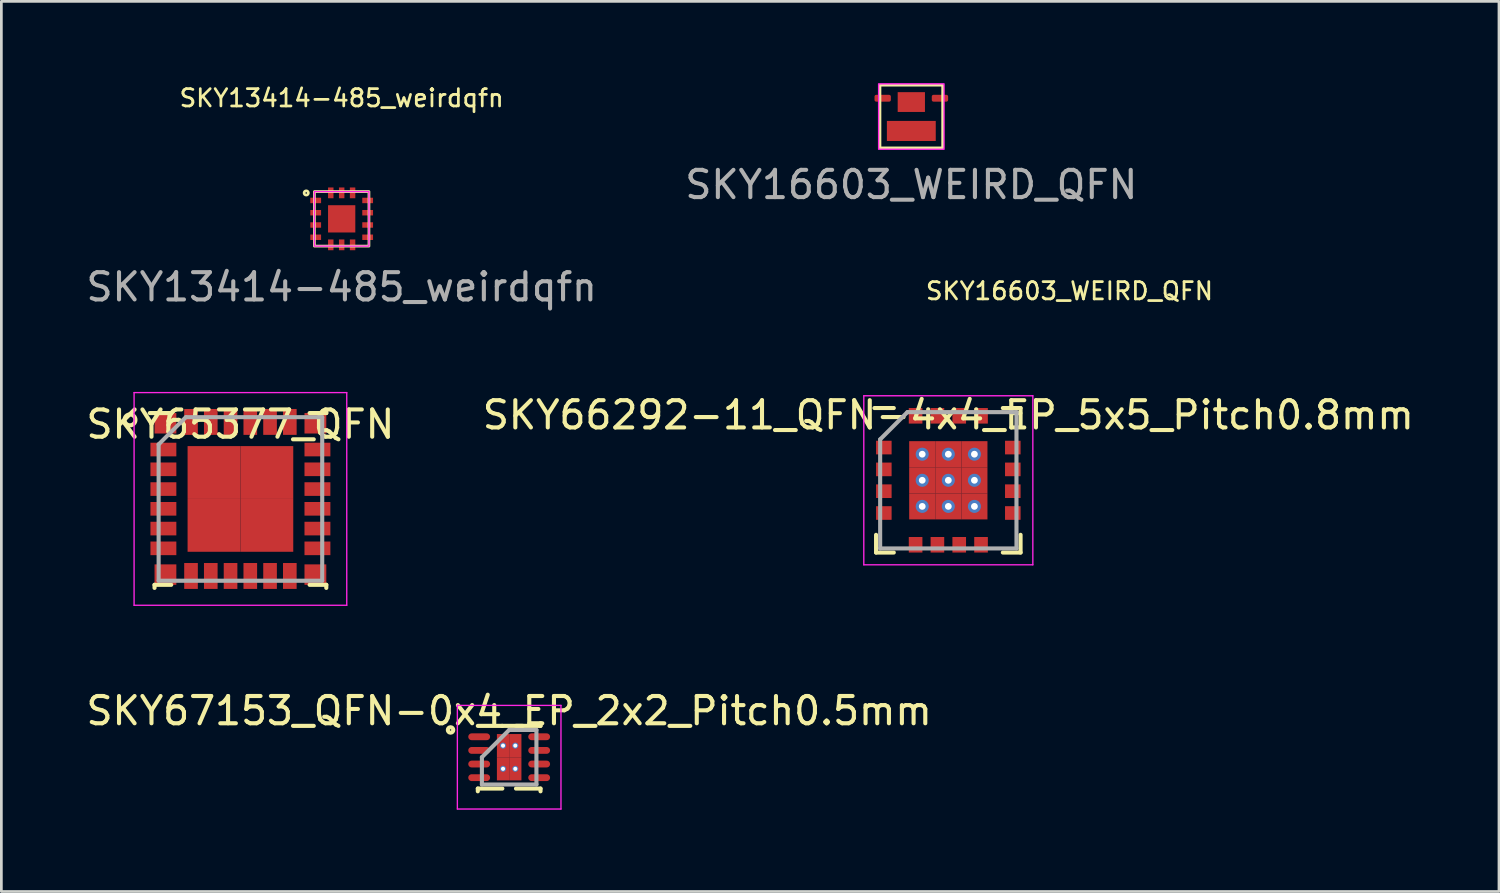
<source format=kicad_pcb>
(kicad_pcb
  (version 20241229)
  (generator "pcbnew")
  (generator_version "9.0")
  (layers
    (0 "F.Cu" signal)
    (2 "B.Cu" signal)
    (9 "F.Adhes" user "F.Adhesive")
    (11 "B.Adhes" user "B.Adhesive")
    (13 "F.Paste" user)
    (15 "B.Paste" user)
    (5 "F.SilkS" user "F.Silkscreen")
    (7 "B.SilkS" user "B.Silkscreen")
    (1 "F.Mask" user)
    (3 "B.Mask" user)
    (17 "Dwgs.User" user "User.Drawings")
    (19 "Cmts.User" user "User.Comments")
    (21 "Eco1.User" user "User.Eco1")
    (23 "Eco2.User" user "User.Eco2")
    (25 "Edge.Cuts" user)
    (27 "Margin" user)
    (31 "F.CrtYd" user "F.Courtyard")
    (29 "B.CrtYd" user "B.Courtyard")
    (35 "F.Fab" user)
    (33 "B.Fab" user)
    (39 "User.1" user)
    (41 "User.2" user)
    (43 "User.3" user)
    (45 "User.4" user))
  (footprint "SKY16603_WEIRD_QFN"
    (layer "F.Cu")
    (at 30.375 1.225)
    (property "Reference" "SKY16603_WEIRD_QFN" (at 5.8 6.4 0) (unlocked yes) (layer "F.SilkS") (effects (font (size 0.635 0.635) (thickness 0.1))))
    (attr smd)
    (fp_rect (start -1.15 -1.15) (end 1.15 1.15) (stroke (width 0.1) (type default)) (fill no) (layer "F.SilkS"))
    (fp_rect (start -1.2 -1.2) (end 1.2 1.2) (stroke (width 0.05) (type default)) (fill no) (layer "F.CrtYd"))
    (fp_text user "${REFERENCE}" (at 0 2.5 0) (unlocked yes) (layer "F.Fab") (effects (font (size 1 1) (thickness 0.15))))
    (pad "1" smd roundrect (at 1.05 -0.672) (size 0.6 0.25) (layers "F.Cu" "F.Mask" "F.Paste") (roundrect_rratio 0.25))
    (pad "2" smd roundrect (at -1.05 -0.672) (size 0.6 0.25) (layers "F.Cu" "F.Mask" "F.Paste") (roundrect_rratio 0.25))
    (pad "3" smd rect (at 0 -0.532) (size 1 0.726) (layers "F.Cu" "F.Mask" "F.Paste"))
    (pad "4" smd rect (at 0 0.528) (size 1.792 0.736) (layers "F.Cu" "F.Mask" "F.Paste")))
  (footprint "SKY65377_QFN"
    (layer "F.Cu")
    (at 5.768 15.25)
    (property "Reference" "SKY65377_QFN" (at 0 -2.737 0) (layer "F.SilkS") (effects (font (size 1 1) (thickness 0.15))))
    (attr through_hole)
    (fp_line (start -3.15 3.15) (end -3.15 3.263) (stroke (width 0.15) (type default)) (layer "F.SilkS"))
    (fp_line (start -2.538 -3.15) (end -3.325 -3.15) (stroke (width 0.15) (type default)) (layer "F.SilkS"))
    (fp_line (start -2.538 3.15) (end -3.15 3.15) (stroke (width 0.15) (type default)) (layer "F.SilkS"))
    (fp_line (start 2.538 -3.15) (end 3.15 -3.15) (stroke (width 0.15) (type default)) (layer "F.SilkS"))
    (fp_line (start 2.538 3.15) (end 3.15 3.15) (stroke (width 0.15) (type default)) (layer "F.SilkS"))
    (fp_line (start 3.15 -3.15) (end 3.15 -3.263) (stroke (width 0.15) (type default)) (layer "F.SilkS"))
    (fp_line (start 3.15 3.15) (end 3.15 3.263) (stroke (width 0.15) (type default)) (layer "F.SilkS"))
    (fp_circle (center -4.05 -2.9) (end -4.05 -2.7) (stroke (width 0.15) (type default)) (fill no) (layer "F.SilkS"))
    (fp_line (start -3.9 -3.9) (end 3.9 -3.9) (stroke (width 0.05) (type default)) (layer "F.CrtYd"))
    (fp_line (start -3.9 3.9) (end -3.9 -3.9) (stroke (width 0.05) (type default)) (layer "F.CrtYd"))
    (fp_line (start 3.9 -3.9) (end 3.9 3.9) (stroke (width 0.05) (type default)) (layer "F.CrtYd"))
    (fp_line (start 3.9 3.9) (end -3.9 3.9) (stroke (width 0.05) (type default)) (layer "F.CrtYd"))
    (fp_line (start -3 -2) (end -3 3) (stroke (width 0.15) (type default)) (layer "F.Fab"))
    (fp_line (start -3 3) (end 3 3) (stroke (width 0.15) (type default)) (layer "F.Fab"))
    (fp_line (start -2 -3) (end -3 -2) (stroke (width 0.15) (type default)) (layer "F.Fab"))
    (fp_line (start 3 -3) (end -2 -3) (stroke (width 0.15) (type default)) (layer "F.Fab"))
    (fp_line (start 3 3) (end 3 -3) (stroke (width 0.15) (type default)) (layer "F.Fab"))
    (pad "1" smd rect (at -2.75 -2.775) (size 0.8 0.75) (layers "F.Cu" "F.Mask" "F.Paste"))
    (pad "2" smd rect (at -2.825 -1.812 90) (size 0.5 0.95) (layers "F.Cu" "F.Mask" "F.Paste"))
    (pad "3" smd rect (at -2.825 -1.087 90) (size 0.5 0.95) (layers "F.Cu" "F.Mask" "F.Paste"))
    (pad "4" smd rect (at -2.825 -0.362 90) (size 0.5 0.95) (layers "F.Cu" "F.Mask" "F.Paste"))
    (pad "5" smd rect (at -2.825 0.362 90) (size 0.5 0.95) (layers "F.Cu" "F.Mask" "F.Paste"))
    (pad "6" smd rect (at -2.825 1.087 90) (size 0.5 0.95) (layers "F.Cu" "F.Mask" "F.Paste"))
    (pad "7" smd rect (at -2.825 1.812 90) (size 0.5 0.95) (layers "F.Cu" "F.Mask" "F.Paste"))
    (pad "8" smd rect (at -2.75 2.775) (size 0.8 0.75) (layers "F.Cu" "F.Mask" "F.Paste"))
    (pad "9" smd rect (at -1.812 2.825) (size 0.5 0.95) (layers "F.Cu" "F.Mask" "F.Paste"))
    (pad "10" smd rect (at -1.087 2.825) (size 0.5 0.95) (layers "F.Cu" "F.Mask" "F.Paste"))
    (pad "11" smd rect (at -0.362 2.825) (size 0.5 0.95) (layers "F.Cu" "F.Mask" "F.Paste"))
    (pad "12" smd rect (at 0.362 2.825) (size 0.5 0.95) (layers "F.Cu" "F.Mask" "F.Paste"))
    (pad "13" smd rect (at 1.087 2.825) (size 0.5 0.95) (layers "F.Cu" "F.Mask" "F.Paste"))
    (pad "14" smd rect (at 1.812 2.825) (size 0.5 0.95) (layers "F.Cu" "F.Mask" "F.Paste"))
    (pad "15" smd rect (at 2.75 2.775) (size 0.8 0.75) (layers "F.Cu" "F.Mask" "F.Paste"))
    (pad "16" smd rect (at 2.825 1.812 90) (size 0.5 0.95) (layers "F.Cu" "F.Mask" "F.Paste"))
    (pad "17" smd rect (at 2.825 1.087 90) (size 0.5 0.95) (layers "F.Cu" "F.Mask" "F.Paste"))
    (pad "18" smd rect (at 2.825 0.362 90) (size 0.5 0.95) (layers "F.Cu" "F.Mask" "F.Paste"))
    (pad "19" smd rect (at 2.825 -0.362 90) (size 0.5 0.95) (layers "F.Cu" "F.Mask" "F.Paste"))
    (pad "20" smd rect (at 2.825 -1.087 90) (size 0.5 0.95) (layers "F.Cu" "F.Mask" "F.Paste"))
    (pad "21" smd rect (at 2.825 -1.812 90) (size 0.5 0.95) (layers "F.Cu" "F.Mask" "F.Paste"))
    (pad "22" smd rect (at 2.75 -2.775) (size 0.8 0.75) (layers "F.Cu" "F.Mask" "F.Paste"))
    (pad "23" smd rect (at 1.812 -2.825) (size 0.5 0.95) (layers "F.Cu" "F.Mask" "F.Paste"))
    (pad "24" smd rect (at 1.087 -2.825) (size 0.5 0.95) (layers "F.Cu" "F.Mask" "F.Paste"))
    (pad "25" smd rect (at 0.362 -2.825) (size 0.5 0.95) (layers "F.Cu" "F.Mask" "F.Paste"))
    (pad "26" smd rect (at -0.362 -2.825) (size 0.5 0.95) (layers "F.Cu" "F.Mask" "F.Paste"))
    (pad "27" smd rect (at -1.087 -2.825) (size 0.5 0.95) (layers "F.Cu" "F.Mask" "F.Paste"))
    (pad "28" smd rect (at -1.812 -2.825) (size 0.5 0.95) (layers "F.Cu" "F.Mask" "F.Paste"))
    (pad "29" smd rect (at -0.969 -0.969) (size 1.938 1.938) (layers "F.Cu" "F.Mask" "F.Paste"))
    (pad "29" smd rect (at -0.969 0.969) (size 1.938 1.938) (layers "F.Cu" "F.Mask" "F.Paste"))
    (pad "29" smd rect (at 0.969 -0.969) (size 1.938 1.938) (layers "F.Cu" "F.Mask" "F.Paste"))
    (pad "29" smd rect (at 0.969 0.969) (size 1.938 1.938) (layers "F.Cu" "F.Mask" "F.Paste")))
  (footprint "SKY67153_QFN-0x4_EP_2x2_Pitch0.5mm"
    (layer "F.Cu")
    (at 15.625 24.723)
    (property "Reference" "SKY67153_QFN-0x4_EP_2x2_Pitch0.5mm" (at 0 -1.7 0) (layer "F.SilkS") (effects (font (size 1 1) (thickness 0.15))))
    (attr smd)
    (fp_line (start -1.15 1.15) (end -1.15 1.25) (stroke (width 0.15) (type solid)) (layer "F.SilkS"))
    (fp_line (start -0.25 -1.15) (end -1.15 -1.15) (stroke (width 0.15) (type solid)) (layer "F.SilkS"))
    (fp_line (start -0.25 1.15) (end -1.15 1.15) (stroke (width 0.15) (type solid)) (layer "F.SilkS"))
    (fp_line (start 0.25 -1.15) (end 1.15 -1.15) (stroke (width 0.15) (type solid)) (layer "F.SilkS"))
    (fp_line (start 0.25 1.15) (end 1.15 1.15) (stroke (width 0.15) (type solid)) (layer "F.SilkS"))
    (fp_line (start 1.15 -1.15) (end 1.15 -1.25) (stroke (width 0.15) (type solid)) (layer "F.SilkS"))
    (fp_line (start 1.15 1.15) (end 1.15 1.25) (stroke (width 0.15) (type solid)) (layer "F.SilkS"))
    (fp_circle (center -2.15 -1) (end -2.15 -0.9) (stroke (width 0.15) (type solid)) (fill no) (layer "F.SilkS"))
    (fp_line (start -1.9 -1.9) (end 1.9 -1.9) (stroke (width 0.05) (type solid)) (layer "F.CrtYd"))
    (fp_line (start -1.9 1.9) (end -1.9 -1.9) (stroke (width 0.05) (type solid)) (layer "F.CrtYd"))
    (fp_line (start 1.9 -1.9) (end 1.9 1.9) (stroke (width 0.05) (type solid)) (layer "F.CrtYd"))
    (fp_line (start 1.9 1.9) (end -1.9 1.9) (stroke (width 0.05) (type solid)) (layer "F.CrtYd"))
    (fp_line (start -1 0) (end -1 1) (stroke (width 0.15) (type solid)) (layer "F.Fab"))
    (fp_line (start -1 1) (end 1 1) (stroke (width 0.15) (type solid)) (layer "F.Fab"))
    (fp_line (start 0 -1) (end -1 0) (stroke (width 0.15) (type solid)) (layer "F.Fab"))
    (fp_line (start 1 -1) (end 0 -1) (stroke (width 0.15) (type solid)) (layer "F.Fab"))
    (fp_line (start 1 1) (end 1 -1) (stroke (width 0.15) (type solid)) (layer "F.Fab"))
    (pad "1" smd oval (at -1.1 -0.75 90) (size 0.25 0.8) (layers "F.Cu" "F.Mask" "F.Paste"))
    (pad "2" smd oval (at -1.1 -0.25 90) (size 0.25 0.8) (layers "F.Cu" "F.Mask" "F.Paste"))
    (pad "3" smd oval (at -1.1 0.25 90) (size 0.25 0.8) (layers "F.Cu" "F.Mask" "F.Paste"))
    (pad "4" smd oval (at -1.1 0.75 90) (size 0.25 0.8) (layers "F.Cu" "F.Mask" "F.Paste"))
    (pad "5" smd oval (at 1.1 0.75 90) (size 0.25 0.8) (layers "F.Cu" "F.Mask" "F.Paste"))
    (pad "6" smd oval (at 1.1 0.25 90) (size 0.25 0.8) (layers "F.Cu" "F.Mask" "F.Paste"))
    (pad "7" smd oval (at 1.1 -0.25 90) (size 0.25 0.8) (layers "F.Cu" "F.Mask" "F.Paste"))
    (pad "8" smd oval (at 1.1 -0.75 90) (size 0.25 0.8) (layers "F.Cu" "F.Mask" "F.Paste"))
    (pad "9" thru_hole circle (at -0.225 -0.425) (size 0.225 0.225) (drill 0.15) (layers "*.Cu" "*.Mask"))
    (pad "9" smd rect (at -0.225 -0.425) (size 0.45 0.85) (layers "F.Cu" "F.Mask" "F.Paste"))
    (pad "9" thru_hole circle (at -0.225 0.425) (size 0.225 0.225) (drill 0.15) (layers "*.Cu" "*.Mask"))
    (pad "9" smd rect (at -0.225 0.425) (size 0.45 0.85) (layers "F.Cu" "F.Mask" "F.Paste"))
    (pad "9" thru_hole circle (at 0.225 -0.425) (size 0.225 0.225) (drill 0.15) (layers "*.Cu" "*.Mask"))
    (pad "9" smd rect (at 0.225 -0.425) (size 0.45 0.85) (layers "F.Cu" "F.Mask" "F.Paste"))
    (pad "9" thru_hole circle (at 0.225 0.425) (size 0.225 0.225) (drill 0.15) (layers "*.Cu" "*.Mask"))
    (pad "9" smd rect (at 0.225 0.425) (size 0.45 0.85) (layers "F.Cu" "F.Mask" "F.Paste")))
  (footprint "SKY13414-485_weirdqfn"
    (layer "F.Cu")
    (at 9.482 4.977)
    (property "Reference" "SKY13414-485_weirdqfn" (at 0 -4.43 0) (unlocked yes) (layer "F.SilkS") (effects (font (size 0.635 0.635) (thickness 0.1))))
    (attr smd)
    (fp_rect (start -1 -1) (end 1 1) (stroke (width 0.1) (type solid)) (fill no) (layer "F.SilkS"))
    (fp_circle (center -1.3 -0.95) (end -1.28 -0.93) (stroke (width 0.1) (type default)) (fill no) (layer "F.SilkS"))
    (fp_rect (start -1 -1) (end 1 1) (stroke (width 0.05) (type solid)) (fill no) (layer "F.CrtYd"))
    (fp_text user "${REFERENCE}" (at 0 2.5 0) (unlocked yes) (layer "F.Fab") (effects (font (size 1 1) (thickness 0.15))))
    (pad "1" smd rect (at -0.953 -0.675) (size 0.395 0.2) (layers "F.Cu" "F.Mask" "F.Paste"))
    (pad "2" smd rect (at -0.953 -0.225) (size 0.395 0.2) (layers "F.Cu" "F.Mask" "F.Paste"))
    (pad "3" smd rect (at -0.953 0.225) (size 0.395 0.2) (layers "F.Cu" "F.Mask" "F.Paste"))
    (pad "4" smd rect (at -0.953 0.675) (size 0.395 0.2) (layers "F.Cu" "F.Mask" "F.Paste"))
    (pad "5" smd rect (at -0.4 0.953 90) (size 0.395 0.2) (layers "F.Cu" "F.Mask" "F.Paste"))
    (pad "6" smd rect (at 0 0.953 90) (size 0.395 0.2) (layers "F.Cu" "F.Mask" "F.Paste"))
    (pad "7" smd rect (at 0.4 0.953 90) (size 0.395 0.2) (layers "F.Cu" "F.Mask" "F.Paste"))
    (pad "8" smd rect (at 0.953 0.675 180) (size 0.395 0.2) (layers "F.Cu" "F.Mask" "F.Paste"))
    (pad "9" smd rect (at 0.953 0.225 180) (size 0.395 0.2) (layers "F.Cu" "F.Mask" "F.Paste"))
    (pad "10" smd rect (at 0.953 -0.225 180) (size 0.395 0.2) (layers "F.Cu" "F.Mask" "F.Paste"))
    (pad "11" smd rect (at 0.953 -0.675 180) (size 0.395 0.2) (layers "F.Cu" "F.Mask" "F.Paste"))
    (pad "12" smd rect (at 0.4 -0.953 270) (size 0.395 0.2) (layers "F.Cu" "F.Mask" "F.Paste"))
    (pad "13" smd rect (at 0 -0.953 270) (size 0.395 0.2) (layers "F.Cu" "F.Mask" "F.Paste"))
    (pad "14" smd rect (at -0.4 -0.953 270) (size 0.395 0.2) (layers "F.Cu" "F.Mask" "F.Paste"))
    (pad "15" smd rect (at 0 0 270) (size 1 1) (layers "F.Cu" "F.Mask" "F.Paste")))
  (footprint "SKY66292-11_QFN-4x4_EP_5x5_Pitch0.8mm"
    (layer "F.Cu")
    (at 31.732 14.566)
    (property "Reference" "SKY66292-11_QFN-4x4_EP_5x5_Pitch0.8mm" (at 0 -2.393 0) (layer "F.SilkS") (effects (font (size 1 1) (thickness 0.15))))
    (attr smd)
    (fp_line (start -2.65 2.65) (end -2.65 2) (stroke (width 0.15) (type solid)) (layer "F.SilkS"))
    (fp_line (start -2 -2.65) (end -2.71 -2.65) (stroke (width 0.15) (type solid)) (layer "F.SilkS"))
    (fp_line (start -2 2.65) (end -2.65 2.65) (stroke (width 0.15) (type solid)) (layer "F.SilkS"))
    (fp_line (start 2 -2.65) (end 2.65 -2.65) (stroke (width 0.15) (type solid)) (layer "F.SilkS"))
    (fp_line (start 2 2.65) (end 2.65 2.65) (stroke (width 0.15) (type solid)) (layer "F.SilkS"))
    (fp_line (start 2.65 -2.65) (end 2.65 -2) (stroke (width 0.15) (type solid)) (layer "F.SilkS"))
    (fp_line (start 2.65 2.65) (end 2.65 2) (stroke (width 0.15) (type solid)) (layer "F.SilkS"))
    (fp_line (start -3.1 -3.1) (end 3.1 -3.1) (stroke (width 0.05) (type solid)) (layer "F.CrtYd"))
    (fp_line (start -3.1 3.1) (end -3.1 -3.1) (stroke (width 0.05) (type solid)) (layer "F.CrtYd"))
    (fp_line (start 3.1 -3.1) (end 3.1 3.1) (stroke (width 0.05) (type solid)) (layer "F.CrtYd"))
    (fp_line (start 3.1 3.1) (end -3.1 3.1) (stroke (width 0.05) (type solid)) (layer "F.CrtYd"))
    (fp_line (start -2.5 -1.5) (end -2.5 2.5) (stroke (width 0.15) (type solid)) (layer "F.Fab"))
    (fp_line (start -2.5 2.5) (end 2.5 2.5) (stroke (width 0.15) (type solid)) (layer "F.Fab"))
    (fp_line (start -1.5 -2.5) (end -2.5 -1.5) (stroke (width 0.15) (type solid)) (layer "F.Fab"))
    (fp_line (start 2.5 -2.5) (end -1.5 -2.5) (stroke (width 0.15) (type solid)) (layer "F.Fab"))
    (fp_line (start 2.5 2.5) (end 2.5 -2.5) (stroke (width 0.15) (type solid)) (layer "F.Fab"))
    (pad "1" smd rect (at -2.365 -1.2 90) (size 0.5 0.57) (layers "F.Cu" "F.Mask" "F.Paste"))
    (pad "2" smd rect (at -2.365 -0.4 90) (size 0.5 0.57) (layers "F.Cu" "F.Mask" "F.Paste"))
    (pad "3" smd rect (at -2.365 0.4 90) (size 0.5 0.57) (layers "F.Cu" "F.Mask" "F.Paste"))
    (pad "4" smd rect (at -2.365 1.2 90) (size 0.5 0.57) (layers "F.Cu" "F.Mask" "F.Paste"))
    (pad "5" smd rect (at -1.2 2.365) (size 0.5 0.57) (layers "F.Cu" "F.Mask" "F.Paste"))
    (pad "6" smd rect (at -0.4 2.365) (size 0.5 0.57) (layers "F.Cu" "F.Mask" "F.Paste"))
    (pad "7" smd rect (at 0.4 2.365) (size 0.5 0.57) (layers "F.Cu" "F.Mask" "F.Paste"))
    (pad "8" smd rect (at 1.2 2.365) (size 0.5 0.57) (layers "F.Cu" "F.Mask" "F.Paste"))
    (pad "9" smd rect (at 2.365 1.2 90) (size 0.5 0.57) (layers "F.Cu" "F.Mask" "F.Paste"))
    (pad "10" smd rect (at 2.365 0.4 90) (size 0.5 0.57) (layers "F.Cu" "F.Mask" "F.Paste"))
    (pad "11" smd rect (at 2.365 -0.4 90) (size 0.5 0.57) (layers "F.Cu" "F.Mask" "F.Paste"))
    (pad "12" smd rect (at 2.365 -1.2 90) (size 0.5 0.57) (layers "F.Cu" "F.Mask" "F.Paste"))
    (pad "13" smd rect (at 1.2 -2.365) (size 0.5 0.57) (layers "F.Cu" "F.Mask" "F.Paste"))
    (pad "14" smd rect (at 0.4 -2.365) (size 0.5 0.57) (layers "F.Cu" "F.Mask" "F.Paste"))
    (pad "15" smd rect (at -0.4 -2.365) (size 0.5 0.57) (layers "F.Cu" "F.Mask" "F.Paste"))
    (pad "16" smd rect (at -1.2 -2.365) (size 0.5 0.57) (layers "F.Cu" "F.Mask" "F.Paste"))
    (pad "17" thru_hole circle (at -0.957 -0.957) (size 0.478 0.478) (drill 0.25) (layers "*.Cu" "*.Mask"))
    (pad "17" smd rect (at -0.957 -0.957) (size 0.957 0.957) (layers "F.Cu" "F.Mask" "F.Paste"))
    (pad "17" thru_hole circle (at -0.957 0) (size 0.478 0.478) (drill 0.25) (layers "*.Cu" "*.Mask"))
    (pad "17" smd rect (at -0.957 0) (size 0.957 0.957) (layers "F.Cu" "F.Mask" "F.Paste"))
    (pad "17" thru_hole circle (at -0.957 0.957) (size 0.478 0.478) (drill 0.25) (layers "*.Cu" "*.Mask"))
    (pad "17" smd rect (at -0.957 0.957) (size 0.957 0.957) (layers "F.Cu" "F.Mask" "F.Paste"))
    (pad "17" thru_hole circle (at 0 -0.957) (size 0.478 0.478) (drill 0.25) (layers "*.Cu" "*.Mask"))
    (pad "17" smd rect (at 0 -0.957) (size 0.957 0.957) (layers "F.Cu" "F.Mask" "F.Paste"))
    (pad "17" thru_hole circle (at 0 0) (size 0.478 0.478) (drill 0.25) (layers "*.Cu" "*.Mask"))
    (pad "17" smd rect (at 0 0) (size 0.957 0.957) (layers "F.Cu" "F.Mask" "F.Paste"))
    (pad "17" thru_hole circle (at 0 0.957) (size 0.478 0.478) (drill 0.25) (layers "*.Cu" "*.Mask"))
    (pad "17" smd rect (at 0 0.957) (size 0.957 0.957) (layers "F.Cu" "F.Mask" "F.Paste"))
    (pad "17" thru_hole circle (at 0.957 -0.957) (size 0.478 0.478) (drill 0.25) (layers "*.Cu" "*.Mask"))
    (pad "17" smd rect (at 0.957 -0.957) (size 0.957 0.957) (layers "F.Cu" "F.Mask" "F.Paste"))
    (pad "17" thru_hole circle (at 0.957 0) (size 0.478 0.478) (drill 0.25) (layers "*.Cu" "*.Mask"))
    (pad "17" smd rect (at 0.957 0) (size 0.957 0.957) (layers "F.Cu" "F.Mask" "F.Paste"))
    (pad "17" thru_hole circle (at 0.957 0.957) (size 0.478 0.478) (drill 0.25) (layers "*.Cu" "*.Mask"))
    (pad "17" smd rect (at 0.957 0.957) (size 0.957 0.957) (layers "F.Cu" "F.Mask" "F.Paste")))
  (gr_rect
    (start -3 -3)
    (end 51.929 29.648)
    (stroke (width 0.1) (type default))
    (fill no)
    (layer "Edge.Cuts")))
</source>
